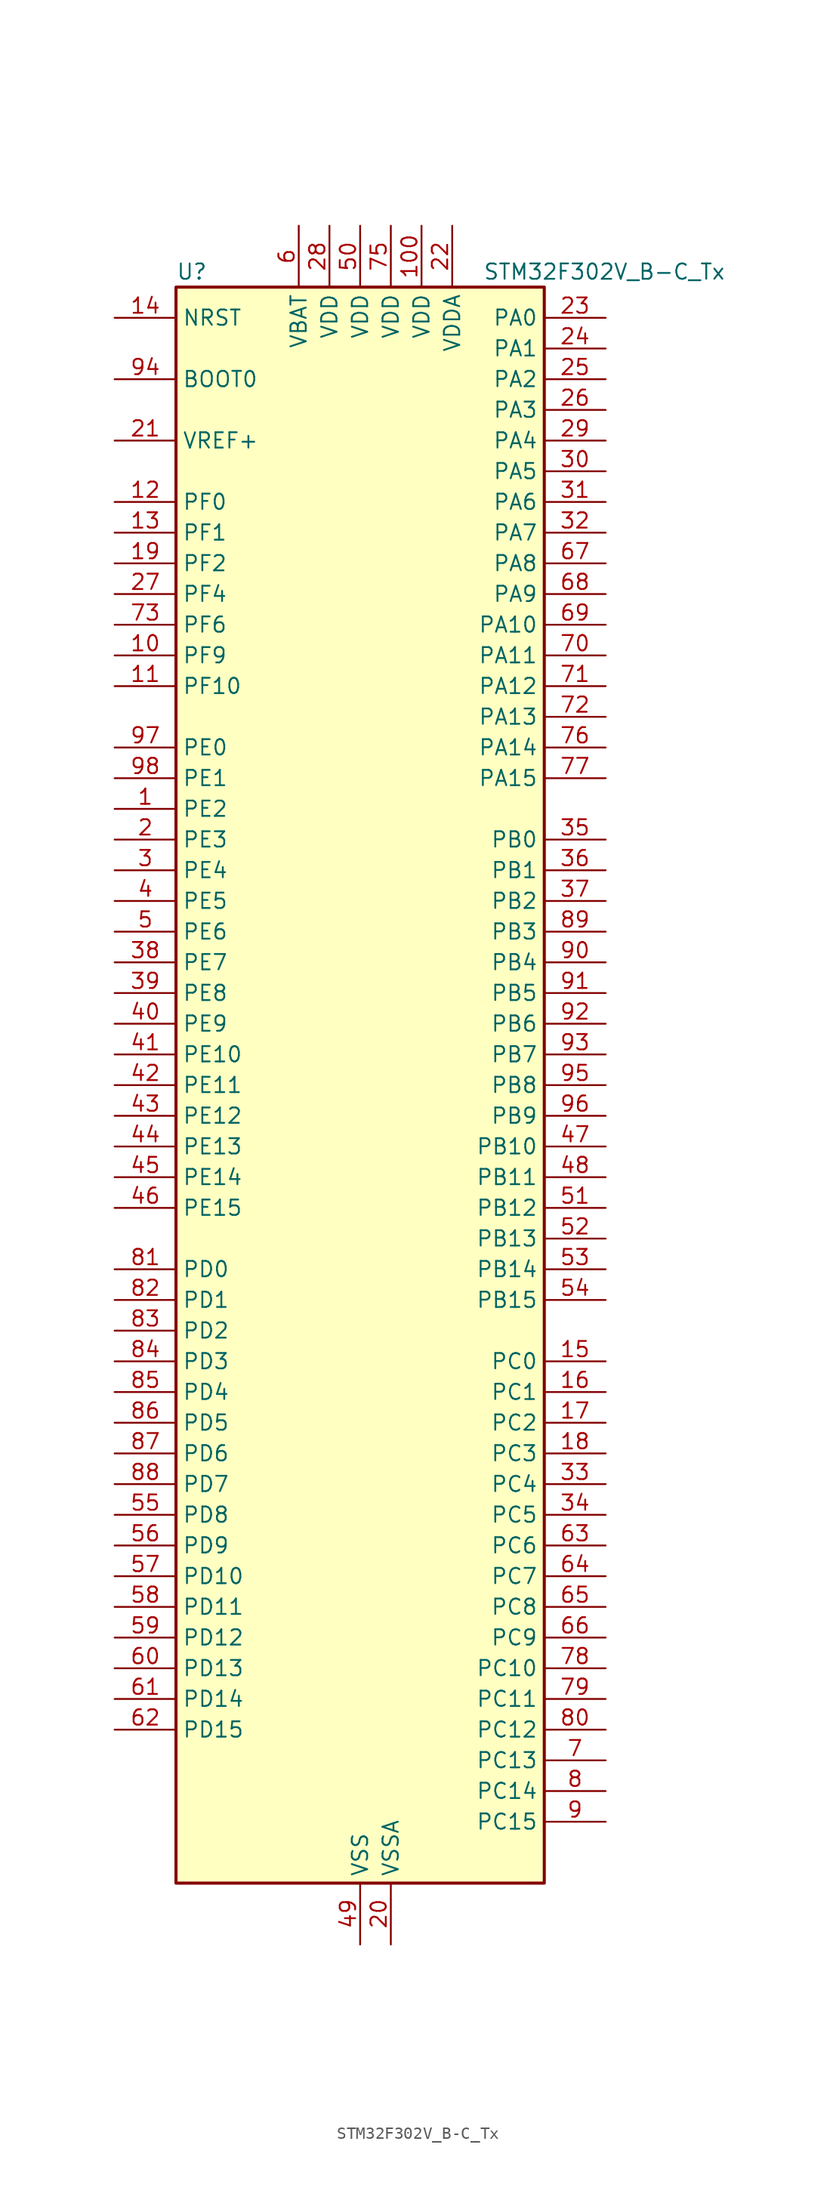
<source format=kicad_sym>
(kicad_symbol_lib
  (version 20220914)
  (generator kicad_symbol_editor)
  (symbol "STM32F302V_B-C_Tx"
    (property "Reference" "U"
      (at -15.24 67.31 0)
      (effects (font (size 1.27 1.27)) (justify left)))
    (property "Value" "STM32F302V_B-C_Tx"
      (at 10.16 67.31 0)
      (effects (font (size 1.27 1.27)) (justify left)))
    (property "ki_locked" ""
      (at 0 0 0)
      (effects (font (size 1.27 1.27))))
    (symbol "STM32F302V_B-C_Tx_0_1"
      (rectangle (start -15.24 -66.04) (end 15.24 66.04) (stroke (width 0.254) (type default)) (fill (type background))))
    (symbol "STM32F302V_B-C_Tx_1_1"
      (pin bidirectional line (at -20.32 22.86 0) (length 5.08) (name "PE2" (effects (font (size 1.27 1.27)))) (number "1" (effects (font (size 1.27 1.27)))) (alternate "SYS_TRACECK" bidirectional line) (alternate "TIM3_CH1" bidirectional line) (alternate "TSC_G7_IO1" bidirectional line))
      (pin bidirectional line (at -20.32 35.56 0) (length 5.08) (name "PF9" (effects (font (size 1.27 1.27)))) (number "10" (effects (font (size 1.27 1.27)))) (alternate "DAC_EXTI9" bidirectional line) (alternate "SPI2_SCK" bidirectional line) (alternate "TIM15_CH1" bidirectional line))
      (pin power_in line (at 5.08 71.12 270) (length 5.08) (name "VDD" (effects (font (size 1.27 1.27)))) (number "100" (effects (font (size 1.27 1.27)))))
      (pin bidirectional line (at -20.32 33.02 0) (length 5.08) (name "PF10" (effects (font (size 1.27 1.27)))) (number "11" (effects (font (size 1.27 1.27)))) (alternate "SPI2_SCK" bidirectional line) (alternate "TIM15_CH2" bidirectional line))
      (pin bidirectional line (at -20.32 48.26 0) (length 5.08) (name "PF0" (effects (font (size 1.27 1.27)))) (number "12" (effects (font (size 1.27 1.27)))) (alternate "I2C2_SDA" bidirectional line) (alternate "RCC_OSC_IN" bidirectional line) (alternate "TIM1_CH3N" bidirectional line))
      (pin bidirectional line (at -20.32 45.72 0) (length 5.08) (name "PF1" (effects (font (size 1.27 1.27)))) (number "13" (effects (font (size 1.27 1.27)))) (alternate "I2C2_SCL" bidirectional line) (alternate "RCC_OSC_OUT" bidirectional line))
      (pin input line (at -20.32 63.5 0) (length 5.08) (name "NRST" (effects (font (size 1.27 1.27)))) (number "14" (effects (font (size 1.27 1.27)))))
      (pin bidirectional line (at 20.32 -22.86 180) (length 5.08) (name "PC0" (effects (font (size 1.27 1.27)))) (number "15" (effects (font (size 1.27 1.27)))) (alternate "ADC1_IN6" bidirectional line) (alternate "ADC2_IN6" bidirectional line))
      (pin bidirectional line (at 20.32 -25.4 180) (length 5.08) (name "PC1" (effects (font (size 1.27 1.27)))) (number "16" (effects (font (size 1.27 1.27)))) (alternate "ADC1_IN7" bidirectional line) (alternate "ADC2_IN7" bidirectional line))
      (pin bidirectional line (at 20.32 -27.94 180) (length 5.08) (name "PC2" (effects (font (size 1.27 1.27)))) (number "17" (effects (font (size 1.27 1.27)))) (alternate "ADC1_IN8" bidirectional line) (alternate "ADC2_IN8" bidirectional line))
      (pin bidirectional line (at 20.32 -30.48 180) (length 5.08) (name "PC3" (effects (font (size 1.27 1.27)))) (number "18" (effects (font (size 1.27 1.27)))) (alternate "ADC1_IN9" bidirectional line) (alternate "ADC2_IN9" bidirectional line) (alternate "TIM1_BKIN2" bidirectional line))
      (pin bidirectional line (at -20.32 43.18 0) (length 5.08) (name "PF2" (effects (font (size 1.27 1.27)))) (number "19" (effects (font (size 1.27 1.27)))) (alternate "ADC1_IN10" bidirectional line) (alternate "ADC2_IN10" bidirectional line))
      (pin bidirectional line (at -20.32 20.32 0) (length 5.08) (name "PE3" (effects (font (size 1.27 1.27)))) (number "2" (effects (font (size 1.27 1.27)))) (alternate "SYS_TRACED0" bidirectional line) (alternate "TIM3_CH2" bidirectional line) (alternate "TSC_G7_IO2" bidirectional line))
      (pin power_in line (at 2.54 -71.12 90) (length 5.08) (name "VSSA" (effects (font (size 1.27 1.27)))) (number "20" (effects (font (size 1.27 1.27)))))
      (pin input line (at -20.32 53.34 0) (length 5.08) (name "VREF+" (effects (font (size 1.27 1.27)))) (number "21" (effects (font (size 1.27 1.27)))))
      (pin power_in line (at 7.62 71.12 270) (length 5.08) (name "VDDA" (effects (font (size 1.27 1.27)))) (number "22" (effects (font (size 1.27 1.27)))))
      (pin bidirectional line (at 20.32 63.5 180) (length 5.08) (name "PA0" (effects (font (size 1.27 1.27)))) (number "23" (effects (font (size 1.27 1.27)))) (alternate "ADC1_IN1" bidirectional line) (alternate "COMP1_INM" bidirectional line) (alternate "COMP1_OUT" bidirectional line) (alternate "RTC_TAMP2" bidirectional line) (alternate "SYS_WKUP1" bidirectional line) (alternate "TIM2_CH1" bidirectional line) (alternate "TIM2_ETR" bidirectional line) (alternate "TSC_G1_IO1" bidirectional line) (alternate "USART2_CTS" bidirectional line))
      (pin bidirectional line (at 20.32 60.96 180) (length 5.08) (name "PA1" (effects (font (size 1.27 1.27)))) (number "24" (effects (font (size 1.27 1.27)))) (alternate "ADC1_IN2" bidirectional line) (alternate "COMP1_INP" bidirectional line) (alternate "OPAMP1_VINP" bidirectional line) (alternate "OPAMP1_VINP_SEC" bidirectional line) (alternate "RTC_REFIN" bidirectional line) (alternate "TIM15_CH1N" bidirectional line) (alternate "TIM2_CH2" bidirectional line) (alternate "TSC_G1_IO2" bidirectional line) (alternate "USART2_DE" bidirectional line) (alternate "USART2_RTS" bidirectional line))
      (pin bidirectional line (at 20.32 58.42 180) (length 5.08) (name "PA2" (effects (font (size 1.27 1.27)))) (number "25" (effects (font (size 1.27 1.27)))) (alternate "ADC1_IN3" bidirectional line) (alternate "COMP2_INM" bidirectional line) (alternate "COMP2_OUT" bidirectional line) (alternate "OPAMP1_VOUT" bidirectional line) (alternate "TIM15_CH1" bidirectional line) (alternate "TIM2_CH3" bidirectional line) (alternate "TSC_G1_IO3" bidirectional line) (alternate "USART2_TX" bidirectional line))
      (pin bidirectional line (at 20.32 55.88 180) (length 5.08) (name "PA3" (effects (font (size 1.27 1.27)))) (number "26" (effects (font (size 1.27 1.27)))) (alternate "ADC1_IN4" bidirectional line) (alternate "COMP2_INP" bidirectional line) (alternate "OPAMP1_VINM" bidirectional line) (alternate "OPAMP1_VINM_SEC" bidirectional line) (alternate "OPAMP1_VINP" bidirectional line) (alternate "OPAMP1_VINP_SEC" bidirectional line) (alternate "TIM15_CH2" bidirectional line) (alternate "TIM2_CH4" bidirectional line) (alternate "TSC_G1_IO4" bidirectional line) (alternate "USART2_RX" bidirectional line))
      (pin bidirectional line (at -20.32 40.64 0) (length 5.08) (name "PF4" (effects (font (size 1.27 1.27)))) (number "27" (effects (font (size 1.27 1.27)))) (alternate "ADC1_IN5" bidirectional line) (alternate "COMP1_OUT" bidirectional line))
      (pin power_in line (at -2.54 71.12 270) (length 5.08) (name "VDD" (effects (font (size 1.27 1.27)))) (number "28" (effects (font (size 1.27 1.27)))))
      (pin bidirectional line (at 20.32 53.34 180) (length 5.08) (name "PA4" (effects (font (size 1.27 1.27)))) (number "29" (effects (font (size 1.27 1.27)))) (alternate "ADC2_IN1" bidirectional line) (alternate "COMP1_INM" bidirectional line) (alternate "COMP2_INM" bidirectional line) (alternate "COMP4_INM" bidirectional line) (alternate "COMP6_INM" bidirectional line) (alternate "DAC_OUT1" bidirectional line) (alternate "I2S3_WS" bidirectional line) (alternate "SPI1_NSS" bidirectional line) (alternate "SPI3_NSS" bidirectional line) (alternate "TIM3_CH2" bidirectional line) (alternate "TSC_G2_IO1" bidirectional line) (alternate "USART2_CK" bidirectional line))
      (pin bidirectional line (at -20.32 17.78 0) (length 5.08) (name "PE4" (effects (font (size 1.27 1.27)))) (number "3" (effects (font (size 1.27 1.27)))) (alternate "SYS_TRACED1" bidirectional line) (alternate "TIM3_CH3" bidirectional line) (alternate "TSC_G7_IO3" bidirectional line))
      (pin bidirectional line (at 20.32 50.8 180) (length 5.08) (name "PA5" (effects (font (size 1.27 1.27)))) (number "30" (effects (font (size 1.27 1.27)))) (alternate "ADC2_IN2" bidirectional line) (alternate "COMP1_INM" bidirectional line) (alternate "COMP2_INM" bidirectional line) (alternate "COMP4_INM" bidirectional line) (alternate "COMP6_INM" bidirectional line) (alternate "OPAMP1_VINP" bidirectional line) (alternate "OPAMP1_VINP_SEC" bidirectional line) (alternate "OPAMP2_VINM" bidirectional line) (alternate "OPAMP2_VINM_SEC" bidirectional line) (alternate "SPI1_SCK" bidirectional line) (alternate "TIM2_CH1" bidirectional line) (alternate "TIM2_ETR" bidirectional line) (alternate "TSC_G2_IO2" bidirectional line))
      (pin bidirectional line (at 20.32 48.26 180) (length 5.08) (name "PA6" (effects (font (size 1.27 1.27)))) (number "31" (effects (font (size 1.27 1.27)))) (alternate "ADC2_IN3" bidirectional line) (alternate "COMP1_OUT" bidirectional line) (alternate "OPAMP2_VOUT" bidirectional line) (alternate "SPI1_MISO" bidirectional line) (alternate "TIM16_CH1" bidirectional line) (alternate "TIM1_BKIN" bidirectional line) (alternate "TIM3_CH1" bidirectional line) (alternate "TSC_G2_IO3" bidirectional line))
      (pin bidirectional line (at 20.32 45.72 180) (length 5.08) (name "PA7" (effects (font (size 1.27 1.27)))) (number "32" (effects (font (size 1.27 1.27)))) (alternate "ADC2_IN4" bidirectional line) (alternate "COMP2_INP" bidirectional line) (alternate "COMP2_OUT" bidirectional line) (alternate "OPAMP1_VINP" bidirectional line) (alternate "OPAMP1_VINP_SEC" bidirectional line) (alternate "OPAMP2_VINP" bidirectional line) (alternate "OPAMP2_VINP_SEC" bidirectional line) (alternate "SPI1_MOSI" bidirectional line) (alternate "TIM17_CH1" bidirectional line) (alternate "TIM1_CH1N" bidirectional line) (alternate "TIM3_CH2" bidirectional line) (alternate "TSC_G2_IO4" bidirectional line))
      (pin bidirectional line (at 20.32 -33.02 180) (length 5.08) (name "PC4" (effects (font (size 1.27 1.27)))) (number "33" (effects (font (size 1.27 1.27)))) (alternate "ADC2_IN5" bidirectional line) (alternate "USART1_TX" bidirectional line))
      (pin bidirectional line (at 20.32 -35.56 180) (length 5.08) (name "PC5" (effects (font (size 1.27 1.27)))) (number "34" (effects (font (size 1.27 1.27)))) (alternate "ADC2_IN11" bidirectional line) (alternate "OPAMP1_VINM" bidirectional line) (alternate "OPAMP1_VINM_SEC" bidirectional line) (alternate "OPAMP2_VINM" bidirectional line) (alternate "OPAMP2_VINM_SEC" bidirectional line) (alternate "TSC_G3_IO1" bidirectional line) (alternate "USART1_RX" bidirectional line))
      (pin bidirectional line (at 20.32 20.32 180) (length 5.08) (name "PB0" (effects (font (size 1.27 1.27)))) (number "35" (effects (font (size 1.27 1.27)))) (alternate "COMP4_INP" bidirectional line) (alternate "OPAMP2_VINP" bidirectional line) (alternate "OPAMP2_VINP_SEC" bidirectional line) (alternate "TIM1_CH2N" bidirectional line) (alternate "TIM3_CH3" bidirectional line) (alternate "TSC_G3_IO2" bidirectional line))
      (pin bidirectional line (at 20.32 17.78 180) (length 5.08) (name "PB1" (effects (font (size 1.27 1.27)))) (number "36" (effects (font (size 1.27 1.27)))) (alternate "COMP4_OUT" bidirectional line) (alternate "TIM1_CH3N" bidirectional line) (alternate "TIM3_CH4" bidirectional line) (alternate "TSC_G3_IO3" bidirectional line))
      (pin bidirectional line (at 20.32 15.24 180) (length 5.08) (name "PB2" (effects (font (size 1.27 1.27)))) (number "37" (effects (font (size 1.27 1.27)))) (alternate "ADC2_IN12" bidirectional line) (alternate "COMP4_INM" bidirectional line) (alternate "TSC_G3_IO4" bidirectional line))
      (pin bidirectional line (at -20.32 10.16 0) (length 5.08) (name "PE7" (effects (font (size 1.27 1.27)))) (number "38" (effects (font (size 1.27 1.27)))) (alternate "COMP4_INP" bidirectional line) (alternate "TIM1_ETR" bidirectional line))
      (pin bidirectional line (at -20.32 7.62 0) (length 5.08) (name "PE8" (effects (font (size 1.27 1.27)))) (number "39" (effects (font (size 1.27 1.27)))) (alternate "COMP4_INM" bidirectional line) (alternate "TIM1_CH1N" bidirectional line))
      (pin bidirectional line (at -20.32 15.24 0) (length 5.08) (name "PE5" (effects (font (size 1.27 1.27)))) (number "4" (effects (font (size 1.27 1.27)))) (alternate "SYS_TRACED2" bidirectional line) (alternate "TIM3_CH4" bidirectional line) (alternate "TSC_G7_IO4" bidirectional line))
      (pin bidirectional line (at -20.32 5.08 0) (length 5.08) (name "PE9" (effects (font (size 1.27 1.27)))) (number "40" (effects (font (size 1.27 1.27)))) (alternate "DAC_EXTI9" bidirectional line) (alternate "TIM1_CH1" bidirectional line))
      (pin bidirectional line (at -20.32 2.54 0) (length 5.08) (name "PE10" (effects (font (size 1.27 1.27)))) (number "41" (effects (font (size 1.27 1.27)))) (alternate "TIM1_CH2N" bidirectional line))
      (pin bidirectional line (at -20.32 0 0) (length 5.08) (name "PE11" (effects (font (size 1.27 1.27)))) (number "42" (effects (font (size 1.27 1.27)))) (alternate "ADC1_EXTI11" bidirectional line) (alternate "ADC2_EXTI11" bidirectional line) (alternate "TIM1_CH2" bidirectional line))
      (pin bidirectional line (at -20.32 -2.54 0) (length 5.08) (name "PE12" (effects (font (size 1.27 1.27)))) (number "43" (effects (font (size 1.27 1.27)))) (alternate "TIM1_CH3N" bidirectional line))
      (pin bidirectional line (at -20.32 -5.08 0) (length 5.08) (name "PE13" (effects (font (size 1.27 1.27)))) (number "44" (effects (font (size 1.27 1.27)))) (alternate "TIM1_CH3" bidirectional line))
      (pin bidirectional line (at -20.32 -7.62 0) (length 5.08) (name "PE14" (effects (font (size 1.27 1.27)))) (number "45" (effects (font (size 1.27 1.27)))) (alternate "TIM1_BKIN2" bidirectional line) (alternate "TIM1_CH4" bidirectional line))
      (pin bidirectional line (at -20.32 -10.16 0) (length 5.08) (name "PE15" (effects (font (size 1.27 1.27)))) (number "46" (effects (font (size 1.27 1.27)))) (alternate "ADC1_EXTI15" bidirectional line) (alternate "ADC2_EXTI15" bidirectional line) (alternate "TIM1_BKIN" bidirectional line) (alternate "USART3_RX" bidirectional line))
      (pin bidirectional line (at 20.32 -5.08 180) (length 5.08) (name "PB10" (effects (font (size 1.27 1.27)))) (number "47" (effects (font (size 1.27 1.27)))) (alternate "TIM2_CH3" bidirectional line) (alternate "TSC_SYNC" bidirectional line) (alternate "USART3_TX" bidirectional line))
      (pin bidirectional line (at 20.32 -7.62 180) (length 5.08) (name "PB11" (effects (font (size 1.27 1.27)))) (number "48" (effects (font (size 1.27 1.27)))) (alternate "ADC1_EXTI11" bidirectional line) (alternate "ADC2_EXTI11" bidirectional line) (alternate "COMP6_INP" bidirectional line) (alternate "TIM2_CH4" bidirectional line) (alternate "TSC_G6_IO1" bidirectional line) (alternate "USART3_RX" bidirectional line))
      (pin power_in line (at 0 -71.12 90) (length 5.08) (name "VSS" (effects (font (size 1.27 1.27)))) (number "49" (effects (font (size 1.27 1.27)))))
      (pin bidirectional line (at -20.32 12.7 0) (length 5.08) (name "PE6" (effects (font (size 1.27 1.27)))) (number "5" (effects (font (size 1.27 1.27)))) (alternate "RTC_TAMP3" bidirectional line) (alternate "SYS_TRACED3" bidirectional line) (alternate "SYS_WKUP3" bidirectional line))
      (pin power_in line (at 0 71.12 270) (length 5.08) (name "VDD" (effects (font (size 1.27 1.27)))) (number "50" (effects (font (size 1.27 1.27)))))
      (pin bidirectional line (at 20.32 -10.16 180) (length 5.08) (name "PB12" (effects (font (size 1.27 1.27)))) (number "51" (effects (font (size 1.27 1.27)))) (alternate "I2C2_SMBA" bidirectional line) (alternate "I2S2_WS" bidirectional line) (alternate "SPI2_NSS" bidirectional line) (alternate "TIM1_BKIN" bidirectional line) (alternate "TSC_G6_IO2" bidirectional line) (alternate "USART3_CK" bidirectional line))
      (pin bidirectional line (at 20.32 -12.7 180) (length 5.08) (name "PB13" (effects (font (size 1.27 1.27)))) (number "52" (effects (font (size 1.27 1.27)))) (alternate "I2S2_CK" bidirectional line) (alternate "SPI2_SCK" bidirectional line) (alternate "TIM1_CH1N" bidirectional line) (alternate "TSC_G6_IO3" bidirectional line) (alternate "USART3_CTS" bidirectional line))
      (pin bidirectional line (at 20.32 -15.24 180) (length 5.08) (name "PB14" (effects (font (size 1.27 1.27)))) (number "53" (effects (font (size 1.27 1.27)))) (alternate "I2S2_ext_SD" bidirectional line) (alternate "OPAMP2_VINP" bidirectional line) (alternate "OPAMP2_VINP_SEC" bidirectional line) (alternate "SPI2_MISO" bidirectional line) (alternate "TIM15_CH1" bidirectional line) (alternate "TIM1_CH2N" bidirectional line) (alternate "TSC_G6_IO4" bidirectional line) (alternate "USART3_DE" bidirectional line) (alternate "USART3_RTS" bidirectional line))
      (pin bidirectional line (at 20.32 -17.78 180) (length 5.08) (name "PB15" (effects (font (size 1.27 1.27)))) (number "54" (effects (font (size 1.27 1.27)))) (alternate "ADC1_EXTI15" bidirectional line) (alternate "ADC2_EXTI15" bidirectional line) (alternate "COMP6_INM" bidirectional line) (alternate "I2S2_SD" bidirectional line) (alternate "RTC_REFIN" bidirectional line) (alternate "SPI2_MOSI" bidirectional line) (alternate "TIM15_CH1N" bidirectional line) (alternate "TIM15_CH2" bidirectional line) (alternate "TIM1_CH3N" bidirectional line))
      (pin bidirectional line (at -20.32 -35.56 0) (length 5.08) (name "PD8" (effects (font (size 1.27 1.27)))) (number "55" (effects (font (size 1.27 1.27)))) (alternate "USART3_TX" bidirectional line))
      (pin bidirectional line (at -20.32 -38.1 0) (length 5.08) (name "PD9" (effects (font (size 1.27 1.27)))) (number "56" (effects (font (size 1.27 1.27)))) (alternate "DAC_EXTI9" bidirectional line) (alternate "USART3_RX" bidirectional line))
      (pin bidirectional line (at -20.32 -40.64 0) (length 5.08) (name "PD10" (effects (font (size 1.27 1.27)))) (number "57" (effects (font (size 1.27 1.27)))) (alternate "COMP6_INM" bidirectional line) (alternate "USART3_CK" bidirectional line))
      (pin bidirectional line (at -20.32 -43.18 0) (length 5.08) (name "PD11" (effects (font (size 1.27 1.27)))) (number "58" (effects (font (size 1.27 1.27)))) (alternate "ADC1_EXTI11" bidirectional line) (alternate "ADC2_EXTI11" bidirectional line) (alternate "COMP6_INP" bidirectional line) (alternate "USART3_CTS" bidirectional line))
      (pin bidirectional line (at -20.32 -45.72 0) (length 5.08) (name "PD12" (effects (font (size 1.27 1.27)))) (number "59" (effects (font (size 1.27 1.27)))) (alternate "TIM4_CH1" bidirectional line) (alternate "TSC_G8_IO1" bidirectional line) (alternate "USART3_DE" bidirectional line) (alternate "USART3_RTS" bidirectional line))
      (pin power_in line (at -5.08 71.12 270) (length 5.08) (name "VBAT" (effects (font (size 1.27 1.27)))) (number "6" (effects (font (size 1.27 1.27)))))
      (pin bidirectional line (at -20.32 -48.26 0) (length 5.08) (name "PD13" (effects (font (size 1.27 1.27)))) (number "60" (effects (font (size 1.27 1.27)))) (alternate "TIM4_CH2" bidirectional line) (alternate "TSC_G8_IO2" bidirectional line))
      (pin bidirectional line (at -20.32 -50.8 0) (length 5.08) (name "PD14" (effects (font (size 1.27 1.27)))) (number "61" (effects (font (size 1.27 1.27)))) (alternate "OPAMP2_VINP" bidirectional line) (alternate "OPAMP2_VINP_SEC" bidirectional line) (alternate "TIM4_CH3" bidirectional line) (alternate "TSC_G8_IO3" bidirectional line))
      (pin bidirectional line (at -20.32 -53.34 0) (length 5.08) (name "PD15" (effects (font (size 1.27 1.27)))) (number "62" (effects (font (size 1.27 1.27)))) (alternate "ADC1_EXTI15" bidirectional line) (alternate "ADC2_EXTI15" bidirectional line) (alternate "SPI2_NSS" bidirectional line) (alternate "TIM4_CH4" bidirectional line) (alternate "TSC_G8_IO4" bidirectional line))
      (pin bidirectional line (at 20.32 -38.1 180) (length 5.08) (name "PC6" (effects (font (size 1.27 1.27)))) (number "63" (effects (font (size 1.27 1.27)))) (alternate "COMP6_OUT" bidirectional line) (alternate "I2S2_MCK" bidirectional line) (alternate "TIM3_CH1" bidirectional line))
      (pin bidirectional line (at 20.32 -40.64 180) (length 5.08) (name "PC7" (effects (font (size 1.27 1.27)))) (number "64" (effects (font (size 1.27 1.27)))) (alternate "I2S3_MCK" bidirectional line) (alternate "TIM3_CH2" bidirectional line))
      (pin bidirectional line (at 20.32 -43.18 180) (length 5.08) (name "PC8" (effects (font (size 1.27 1.27)))) (number "65" (effects (font (size 1.27 1.27)))) (alternate "TIM3_CH3" bidirectional line))
      (pin bidirectional line (at 20.32 -45.72 180) (length 5.08) (name "PC9" (effects (font (size 1.27 1.27)))) (number "66" (effects (font (size 1.27 1.27)))) (alternate "DAC_EXTI9" bidirectional line) (alternate "I2S_CKIN" bidirectional line) (alternate "TIM3_CH4" bidirectional line))
      (pin bidirectional line (at 20.32 43.18 180) (length 5.08) (name "PA8" (effects (font (size 1.27 1.27)))) (number "67" (effects (font (size 1.27 1.27)))) (alternate "I2C2_SMBA" bidirectional line) (alternate "I2S2_MCK" bidirectional line) (alternate "RCC_MCO" bidirectional line) (alternate "TIM1_CH1" bidirectional line) (alternate "TIM4_ETR" bidirectional line) (alternate "USART1_CK" bidirectional line))
      (pin bidirectional line (at 20.32 40.64 180) (length 5.08) (name "PA9" (effects (font (size 1.27 1.27)))) (number "68" (effects (font (size 1.27 1.27)))) (alternate "DAC_EXTI9" bidirectional line) (alternate "I2C2_SCL" bidirectional line) (alternate "I2S3_MCK" bidirectional line) (alternate "TIM15_BKIN" bidirectional line) (alternate "TIM1_CH2" bidirectional line) (alternate "TIM2_CH3" bidirectional line) (alternate "TSC_G4_IO1" bidirectional line) (alternate "USART1_TX" bidirectional line))
      (pin bidirectional line (at 20.32 38.1 180) (length 5.08) (name "PA10" (effects (font (size 1.27 1.27)))) (number "69" (effects (font (size 1.27 1.27)))) (alternate "COMP6_OUT" bidirectional line) (alternate "I2C2_SDA" bidirectional line) (alternate "TIM17_BKIN" bidirectional line) (alternate "TIM1_CH3" bidirectional line) (alternate "TIM2_CH4" bidirectional line) (alternate "TSC_G4_IO2" bidirectional line) (alternate "USART1_RX" bidirectional line))
      (pin bidirectional line (at 20.32 -55.88 180) (length 5.08) (name "PC13" (effects (font (size 1.27 1.27)))) (number "7" (effects (font (size 1.27 1.27)))) (alternate "RTC_OUT_ALARM" bidirectional line) (alternate "RTC_OUT_CALIB" bidirectional line) (alternate "RTC_TAMP1" bidirectional line) (alternate "RTC_TS" bidirectional line) (alternate "SYS_WKUP2" bidirectional line) (alternate "TIM1_CH1N" bidirectional line))
      (pin bidirectional line (at 20.32 35.56 180) (length 5.08) (name "PA11" (effects (font (size 1.27 1.27)))) (number "70" (effects (font (size 1.27 1.27)))) (alternate "ADC1_EXTI11" bidirectional line) (alternate "ADC2_EXTI11" bidirectional line) (alternate "CAN_RX" bidirectional line) (alternate "COMP1_OUT" bidirectional line) (alternate "TIM1_BKIN2" bidirectional line) (alternate "TIM1_CH1N" bidirectional line) (alternate "TIM1_CH4" bidirectional line) (alternate "TIM4_CH1" bidirectional line) (alternate "USART1_CTS" bidirectional line) (alternate "USB_DM" bidirectional line))
      (pin bidirectional line (at 20.32 33.02 180) (length 5.08) (name "PA12" (effects (font (size 1.27 1.27)))) (number "71" (effects (font (size 1.27 1.27)))) (alternate "CAN_TX" bidirectional line) (alternate "COMP2_OUT" bidirectional line) (alternate "TIM16_CH1" bidirectional line) (alternate "TIM1_CH2N" bidirectional line) (alternate "TIM1_ETR" bidirectional line) (alternate "TIM4_CH2" bidirectional line) (alternate "USART1_DE" bidirectional line) (alternate "USART1_RTS" bidirectional line) (alternate "USB_DP" bidirectional line))
      (pin bidirectional line (at 20.32 30.48 180) (length 5.08) (name "PA13" (effects (font (size 1.27 1.27)))) (number "72" (effects (font (size 1.27 1.27)))) (alternate "IR_OUT" bidirectional line) (alternate "SYS_JTMS-SWDIO" bidirectional line) (alternate "TIM16_CH1N" bidirectional line) (alternate "TIM4_CH3" bidirectional line) (alternate "TSC_G4_IO3" bidirectional line) (alternate "USART3_CTS" bidirectional line))
      (pin bidirectional line (at -20.32 38.1 0) (length 5.08) (name "PF6" (effects (font (size 1.27 1.27)))) (number "73" (effects (font (size 1.27 1.27)))) (alternate "I2C2_SCL" bidirectional line) (alternate "TIM4_CH4" bidirectional line) (alternate "USART3_DE" bidirectional line) (alternate "USART3_RTS" bidirectional line))
      (pin passive line (at 0 -71.12 90) (length 5.08) hide (name "VSS" (effects (font (size 1.27 1.27)))) (number "74" (effects (font (size 1.27 1.27)))))
      (pin power_in line (at 2.54 71.12 270) (length 5.08) (name "VDD" (effects (font (size 1.27 1.27)))) (number "75" (effects (font (size 1.27 1.27)))))
      (pin bidirectional line (at 20.32 27.94 180) (length 5.08) (name "PA14" (effects (font (size 1.27 1.27)))) (number "76" (effects (font (size 1.27 1.27)))) (alternate "I2C1_SDA" bidirectional line) (alternate "SYS_JTCK-SWCLK" bidirectional line) (alternate "TIM1_BKIN" bidirectional line) (alternate "TSC_G4_IO4" bidirectional line) (alternate "USART2_TX" bidirectional line))
      (pin bidirectional line (at 20.32 25.4 180) (length 5.08) (name "PA15" (effects (font (size 1.27 1.27)))) (number "77" (effects (font (size 1.27 1.27)))) (alternate "ADC1_EXTI15" bidirectional line) (alternate "ADC2_EXTI15" bidirectional line) (alternate "I2C1_SCL" bidirectional line) (alternate "I2S3_WS" bidirectional line) (alternate "SPI1_NSS" bidirectional line) (alternate "SPI3_NSS" bidirectional line) (alternate "SYS_JTDI" bidirectional line) (alternate "TIM1_BKIN" bidirectional line) (alternate "TIM2_CH1" bidirectional line) (alternate "TIM2_ETR" bidirectional line) (alternate "USART2_RX" bidirectional line))
      (pin bidirectional line (at 20.32 -48.26 180) (length 5.08) (name "PC10" (effects (font (size 1.27 1.27)))) (number "78" (effects (font (size 1.27 1.27)))) (alternate "I2S3_CK" bidirectional line) (alternate "SPI3_SCK" bidirectional line) (alternate "UART4_TX" bidirectional line) (alternate "USART3_TX" bidirectional line))
      (pin bidirectional line (at 20.32 -50.8 180) (length 5.08) (name "PC11" (effects (font (size 1.27 1.27)))) (number "79" (effects (font (size 1.27 1.27)))) (alternate "ADC1_EXTI11" bidirectional line) (alternate "ADC2_EXTI11" bidirectional line) (alternate "I2S3_ext_SD" bidirectional line) (alternate "SPI3_MISO" bidirectional line) (alternate "UART4_RX" bidirectional line) (alternate "USART3_RX" bidirectional line))
      (pin bidirectional line (at 20.32 -58.42 180) (length 5.08) (name "PC14" (effects (font (size 1.27 1.27)))) (number "8" (effects (font (size 1.27 1.27)))) (alternate "RCC_OSC32_IN" bidirectional line))
      (pin bidirectional line (at 20.32 -53.34 180) (length 5.08) (name "PC12" (effects (font (size 1.27 1.27)))) (number "80" (effects (font (size 1.27 1.27)))) (alternate "I2S3_SD" bidirectional line) (alternate "SPI3_MOSI" bidirectional line) (alternate "UART5_TX" bidirectional line) (alternate "USART3_CK" bidirectional line))
      (pin bidirectional line (at -20.32 -15.24 0) (length 5.08) (name "PD0" (effects (font (size 1.27 1.27)))) (number "81" (effects (font (size 1.27 1.27)))) (alternate "CAN_RX" bidirectional line))
      (pin bidirectional line (at -20.32 -17.78 0) (length 5.08) (name "PD1" (effects (font (size 1.27 1.27)))) (number "82" (effects (font (size 1.27 1.27)))) (alternate "CAN_TX" bidirectional line))
      (pin bidirectional line (at -20.32 -20.32 0) (length 5.08) (name "PD2" (effects (font (size 1.27 1.27)))) (number "83" (effects (font (size 1.27 1.27)))) (alternate "TIM3_ETR" bidirectional line) (alternate "UART5_RX" bidirectional line))
      (pin bidirectional line (at -20.32 -22.86 0) (length 5.08) (name "PD3" (effects (font (size 1.27 1.27)))) (number "84" (effects (font (size 1.27 1.27)))) (alternate "TIM2_CH1" bidirectional line) (alternate "TIM2_ETR" bidirectional line) (alternate "USART2_CTS" bidirectional line))
      (pin bidirectional line (at -20.32 -25.4 0) (length 5.08) (name "PD4" (effects (font (size 1.27 1.27)))) (number "85" (effects (font (size 1.27 1.27)))) (alternate "TIM2_CH2" bidirectional line) (alternate "USART2_DE" bidirectional line) (alternate "USART2_RTS" bidirectional line))
      (pin bidirectional line (at -20.32 -27.94 0) (length 5.08) (name "PD5" (effects (font (size 1.27 1.27)))) (number "86" (effects (font (size 1.27 1.27)))) (alternate "USART2_TX" bidirectional line))
      (pin bidirectional line (at -20.32 -30.48 0) (length 5.08) (name "PD6" (effects (font (size 1.27 1.27)))) (number "87" (effects (font (size 1.27 1.27)))) (alternate "TIM2_CH4" bidirectional line) (alternate "USART2_RX" bidirectional line))
      (pin bidirectional line (at -20.32 -33.02 0) (length 5.08) (name "PD7" (effects (font (size 1.27 1.27)))) (number "88" (effects (font (size 1.27 1.27)))) (alternate "TIM2_CH3" bidirectional line) (alternate "USART2_CK" bidirectional line))
      (pin bidirectional line (at 20.32 12.7 180) (length 5.08) (name "PB3" (effects (font (size 1.27 1.27)))) (number "89" (effects (font (size 1.27 1.27)))) (alternate "I2S3_CK" bidirectional line) (alternate "SPI1_SCK" bidirectional line) (alternate "SPI3_SCK" bidirectional line) (alternate "SYS_JTDO-TRACESWO" bidirectional line) (alternate "TIM2_CH2" bidirectional line) (alternate "TIM3_ETR" bidirectional line) (alternate "TIM4_ETR" bidirectional line) (alternate "TSC_G5_IO1" bidirectional line) (alternate "USART2_TX" bidirectional line))
      (pin bidirectional line (at 20.32 -60.96 180) (length 5.08) (name "PC15" (effects (font (size 1.27 1.27)))) (number "9" (effects (font (size 1.27 1.27)))) (alternate "ADC1_EXTI15" bidirectional line) (alternate "ADC2_EXTI15" bidirectional line) (alternate "RCC_OSC32_OUT" bidirectional line))
      (pin bidirectional line (at 20.32 10.16 180) (length 5.08) (name "PB4" (effects (font (size 1.27 1.27)))) (number "90" (effects (font (size 1.27 1.27)))) (alternate "I2S3_ext_SD" bidirectional line) (alternate "SPI1_MISO" bidirectional line) (alternate "SPI3_MISO" bidirectional line) (alternate "SYS_NJTRST" bidirectional line) (alternate "TIM16_CH1" bidirectional line) (alternate "TIM17_BKIN" bidirectional line) (alternate "TIM3_CH1" bidirectional line) (alternate "TSC_G5_IO2" bidirectional line) (alternate "USART2_RX" bidirectional line))
      (pin bidirectional line (at 20.32 7.62 180) (length 5.08) (name "PB5" (effects (font (size 1.27 1.27)))) (number "91" (effects (font (size 1.27 1.27)))) (alternate "I2C1_SMBA" bidirectional line) (alternate "I2S3_SD" bidirectional line) (alternate "SPI1_MOSI" bidirectional line) (alternate "SPI3_MOSI" bidirectional line) (alternate "TIM16_BKIN" bidirectional line) (alternate "TIM17_CH1" bidirectional line) (alternate "TIM3_CH2" bidirectional line) (alternate "USART2_CK" bidirectional line))
      (pin bidirectional line (at 20.32 5.08 180) (length 5.08) (name "PB6" (effects (font (size 1.27 1.27)))) (number "92" (effects (font (size 1.27 1.27)))) (alternate "I2C1_SCL" bidirectional line) (alternate "TIM16_CH1N" bidirectional line) (alternate "TIM4_CH1" bidirectional line) (alternate "TSC_G5_IO3" bidirectional line) (alternate "USART1_TX" bidirectional line))
      (pin bidirectional line (at 20.32 2.54 180) (length 5.08) (name "PB7" (effects (font (size 1.27 1.27)))) (number "93" (effects (font (size 1.27 1.27)))) (alternate "I2C1_SDA" bidirectional line) (alternate "TIM17_CH1N" bidirectional line) (alternate "TIM3_CH4" bidirectional line) (alternate "TIM4_CH2" bidirectional line) (alternate "TSC_G5_IO4" bidirectional line) (alternate "USART1_RX" bidirectional line))
      (pin input line (at -20.32 58.42 0) (length 5.08) (name "BOOT0" (effects (font (size 1.27 1.27)))) (number "94" (effects (font (size 1.27 1.27)))))
      (pin bidirectional line (at 20.32 0 180) (length 5.08) (name "PB8" (effects (font (size 1.27 1.27)))) (number "95" (effects (font (size 1.27 1.27)))) (alternate "CAN_RX" bidirectional line) (alternate "COMP1_OUT" bidirectional line) (alternate "I2C1_SCL" bidirectional line) (alternate "TIM16_CH1" bidirectional line) (alternate "TIM1_BKIN" bidirectional line) (alternate "TIM4_CH3" bidirectional line) (alternate "TSC_SYNC" bidirectional line))
      (pin bidirectional line (at 20.32 -2.54 180) (length 5.08) (name "PB9" (effects (font (size 1.27 1.27)))) (number "96" (effects (font (size 1.27 1.27)))) (alternate "CAN_TX" bidirectional line) (alternate "COMP2_OUT" bidirectional line) (alternate "DAC_EXTI9" bidirectional line) (alternate "I2C1_SDA" bidirectional line) (alternate "IR_OUT" bidirectional line) (alternate "TIM17_CH1" bidirectional line) (alternate "TIM4_CH4" bidirectional line))
      (pin bidirectional line (at -20.32 27.94 0) (length 5.08) (name "PE0" (effects (font (size 1.27 1.27)))) (number "97" (effects (font (size 1.27 1.27)))) (alternate "TIM16_CH1" bidirectional line) (alternate "TIM4_ETR" bidirectional line) (alternate "USART1_TX" bidirectional line))
      (pin bidirectional line (at -20.32 25.4 0) (length 5.08) (name "PE1" (effects (font (size 1.27 1.27)))) (number "98" (effects (font (size 1.27 1.27)))) (alternate "TIM17_CH1" bidirectional line) (alternate "USART1_RX" bidirectional line))
      (pin passive line (at 0 -71.12 90) (length 5.08) hide (name "VSS" (effects (font (size 1.27 1.27)))) (number "99" (effects (font (size 1.27 1.27))))))))
</source>
